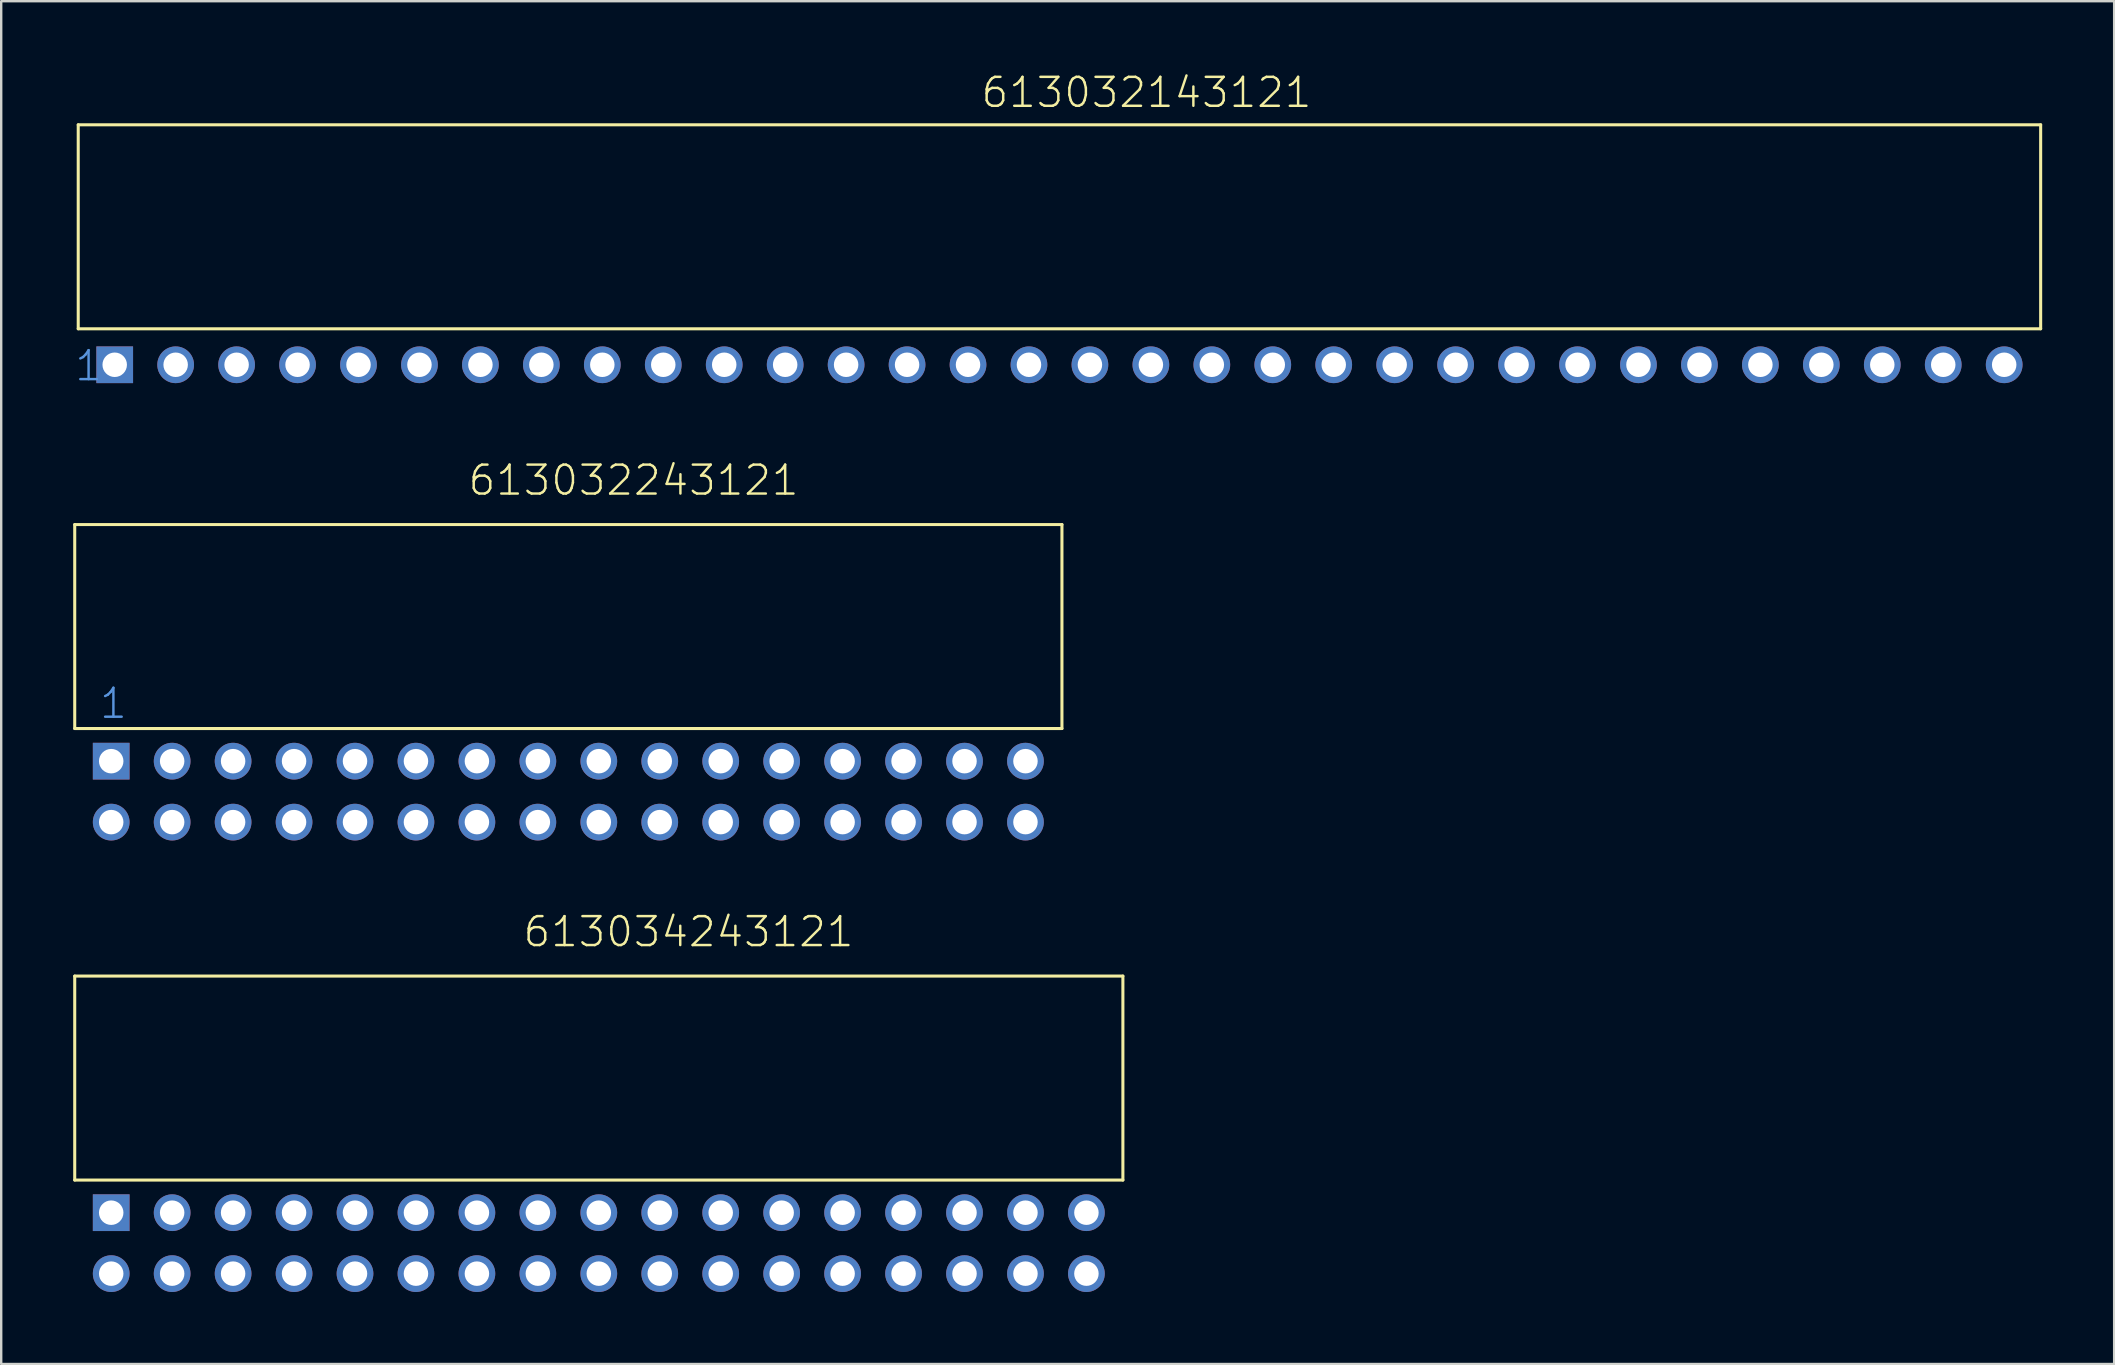
<source format=kicad_pcb>
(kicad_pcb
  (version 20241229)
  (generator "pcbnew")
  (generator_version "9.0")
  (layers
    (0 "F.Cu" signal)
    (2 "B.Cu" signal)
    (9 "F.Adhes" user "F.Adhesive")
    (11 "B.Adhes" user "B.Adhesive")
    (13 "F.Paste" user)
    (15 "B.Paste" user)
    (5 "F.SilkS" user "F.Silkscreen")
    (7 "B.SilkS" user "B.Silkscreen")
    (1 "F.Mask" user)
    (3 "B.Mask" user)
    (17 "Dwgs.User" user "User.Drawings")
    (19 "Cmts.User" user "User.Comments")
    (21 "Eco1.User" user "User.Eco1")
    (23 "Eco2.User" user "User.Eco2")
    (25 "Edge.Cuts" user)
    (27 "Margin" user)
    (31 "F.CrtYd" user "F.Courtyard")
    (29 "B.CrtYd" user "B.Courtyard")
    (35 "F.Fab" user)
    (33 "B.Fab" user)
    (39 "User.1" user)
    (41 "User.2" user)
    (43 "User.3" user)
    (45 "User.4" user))
  (footprint "613034243121"
    (layer "F.Cu")
    (at 21.904 47.486)
    (property "Reference" "613034243121" (at -3.22 -11 0) (layer "F.SilkS") (effects (font (size 1.206 1.206) (thickness 0.102)) (justify left bottom)))
    (attr through_hole)
    (fp_line (start -21.84 -9.86) (end -21.84 -1.36) (stroke (width 0.127) (type solid)) (layer "F.SilkS"))
    (fp_line (start -21.84 -9.86) (end 21.84 -9.86) (stroke (width 0.127) (type solid)) (layer "F.SilkS"))
    (fp_line (start -21.84 -1.36) (end 21.84 -1.36) (stroke (width 0.127) (type solid)) (layer "F.SilkS"))
    (fp_line (start 21.84 -1.36) (end 21.84 -9.86) (stroke (width 0.127) (type solid)) (layer "F.SilkS"))
    (pad "1" thru_hole rect (at -20.32 0) (size 1.53 1.53) (drill 1.02) (layers "*.Cu" "*.Mask"))
    (pad "2" thru_hole circle (at -17.78 0) (size 1.53 1.53) (drill 1.02) (layers "*.Cu" "*.Mask"))
    (pad "3" thru_hole circle (at -15.24 0) (size 1.53 1.53) (drill 1.02) (layers "*.Cu" "*.Mask"))
    (pad "4" thru_hole circle (at -12.7 0) (size 1.53 1.53) (drill 1.02) (layers "*.Cu" "*.Mask"))
    (pad "5" thru_hole circle (at -10.16 0) (size 1.53 1.53) (drill 1.02) (layers "*.Cu" "*.Mask"))
    (pad "6" thru_hole circle (at -7.62 0) (size 1.53 1.53) (drill 1.02) (layers "*.Cu" "*.Mask"))
    (pad "7" thru_hole circle (at -5.08 0) (size 1.53 1.53) (drill 1.02) (layers "*.Cu" "*.Mask"))
    (pad "8" thru_hole circle (at -2.54 0) (size 1.53 1.53) (drill 1.02) (layers "*.Cu" "*.Mask"))
    (pad "9" thru_hole circle (at 0 0) (size 1.53 1.53) (drill 1.02) (layers "*.Cu" "*.Mask"))
    (pad "10" thru_hole circle (at 2.54 0) (size 1.53 1.53) (drill 1.02) (layers "*.Cu" "*.Mask"))
    (pad "11" thru_hole circle (at 5.08 0) (size 1.53 1.53) (drill 1.02) (layers "*.Cu" "*.Mask"))
    (pad "12" thru_hole circle (at 7.62 0) (size 1.53 1.53) (drill 1.02) (layers "*.Cu" "*.Mask"))
    (pad "13" thru_hole circle (at 10.16 0) (size 1.53 1.53) (drill 1.02) (layers "*.Cu" "*.Mask"))
    (pad "14" thru_hole circle (at 12.7 0) (size 1.53 1.53) (drill 1.02) (layers "*.Cu" "*.Mask"))
    (pad "15" thru_hole circle (at 15.24 0) (size 1.53 1.53) (drill 1.02) (layers "*.Cu" "*.Mask"))
    (pad "16" thru_hole circle (at 17.78 0) (size 1.53 1.53) (drill 1.02) (layers "*.Cu" "*.Mask"))
    (pad "17" thru_hole circle (at 20.32 0) (size 1.53 1.53) (drill 1.02) (layers "*.Cu" "*.Mask"))
    (pad "18" thru_hole circle (at 20.32 2.54) (size 1.53 1.53) (drill 1.02) (layers "*.Cu" "*.Mask"))
    (pad "19" thru_hole circle (at 17.78 2.54) (size 1.53 1.53) (drill 1.02) (layers "*.Cu" "*.Mask"))
    (pad "20" thru_hole circle (at 15.24 2.54) (size 1.53 1.53) (drill 1.02) (layers "*.Cu" "*.Mask"))
    (pad "21" thru_hole circle (at 12.7 2.54) (size 1.53 1.53) (drill 1.02) (layers "*.Cu" "*.Mask"))
    (pad "22" thru_hole circle (at 10.16 2.54) (size 1.53 1.53) (drill 1.02) (layers "*.Cu" "*.Mask"))
    (pad "23" thru_hole circle (at 7.62 2.54) (size 1.53 1.53) (drill 1.02) (layers "*.Cu" "*.Mask"))
    (pad "24" thru_hole circle (at 5.08 2.54) (size 1.53 1.53) (drill 1.02) (layers "*.Cu" "*.Mask"))
    (pad "25" thru_hole circle (at 2.54 2.54) (size 1.53 1.53) (drill 1.02) (layers "*.Cu" "*.Mask"))
    (pad "26" thru_hole circle (at 0 2.54) (size 1.53 1.53) (drill 1.02) (layers "*.Cu" "*.Mask"))
    (pad "27" thru_hole circle (at -2.54 2.54) (size 1.53 1.53) (drill 1.02) (layers "*.Cu" "*.Mask"))
    (pad "28" thru_hole circle (at -5.08 2.54) (size 1.53 1.53) (drill 1.02) (layers "*.Cu" "*.Mask"))
    (pad "29" thru_hole circle (at -7.62 2.54) (size 1.53 1.53) (drill 1.02) (layers "*.Cu" "*.Mask"))
    (pad "30" thru_hole circle (at -10.16 2.54) (size 1.53 1.53) (drill 1.02) (layers "*.Cu" "*.Mask"))
    (pad "31" thru_hole circle (at -12.7 2.54) (size 1.53 1.53) (drill 1.02) (layers "*.Cu" "*.Mask"))
    (pad "32" thru_hole circle (at -15.24 2.54) (size 1.53 1.53) (drill 1.02) (layers "*.Cu" "*.Mask"))
    (pad "33" thru_hole circle (at -17.78 2.54) (size 1.53 1.53) (drill 1.02) (layers "*.Cu" "*.Mask"))
    (pad "34" thru_hole circle (at -20.32 2.54) (size 1.53 1.53) (drill 1.02) (layers "*.Cu" "*.Mask")))
  (footprint "613032143121"
    (layer "F.Cu")
    (at 41.1 12.151)
    (property "Reference" "613032143121" (at -3.33 -10.64 0) (layer "F.SilkS") (effects (font (size 1.206 1.206) (thickness 0.102)) (justify left bottom)))
    (attr through_hole)
    (fp_line (start -40.89 -10) (end -40.89 -1.5) (stroke (width 0.127) (type solid)) (layer "F.SilkS"))
    (fp_line (start -40.89 -10) (end 40.89 -10) (stroke (width 0.127) (type solid)) (layer "F.SilkS"))
    (fp_line (start -40.89 -1.5) (end 40.89 -1.5) (stroke (width 0.127) (type solid)) (layer "F.SilkS"))
    (fp_line (start 40.89 -10) (end 40.89 -1.5) (stroke (width 0.127) (type solid)) (layer "F.SilkS"))
    (fp_text user "1" (at -41.1 0.75 0) (layer "Cmts.User") (effects (font (size 1.206 1.206) (thickness 0.102)) (justify left bottom)))
    (pad "1" thru_hole rect (at -39.37 0) (size 1.53 1.53) (drill 1.02) (layers "*.Cu" "*.Mask"))
    (pad "2" thru_hole circle (at -36.83 0) (size 1.53 1.53) (drill 1.02) (layers "*.Cu" "*.Mask"))
    (pad "3" thru_hole circle (at -34.29 0) (size 1.53 1.53) (drill 1.02) (layers "*.Cu" "*.Mask"))
    (pad "4" thru_hole circle (at -31.75 0) (size 1.53 1.53) (drill 1.02) (layers "*.Cu" "*.Mask"))
    (pad "5" thru_hole circle (at -29.21 0) (size 1.53 1.53) (drill 1.02) (layers "*.Cu" "*.Mask"))
    (pad "6" thru_hole circle (at -26.67 0) (size 1.53 1.53) (drill 1.02) (layers "*.Cu" "*.Mask"))
    (pad "7" thru_hole circle (at -24.13 0) (size 1.53 1.53) (drill 1.02) (layers "*.Cu" "*.Mask"))
    (pad "8" thru_hole circle (at -21.59 0) (size 1.53 1.53) (drill 1.02) (layers "*.Cu" "*.Mask"))
    (pad "9" thru_hole circle (at -19.05 0) (size 1.53 1.53) (drill 1.02) (layers "*.Cu" "*.Mask"))
    (pad "10" thru_hole circle (at -16.51 0) (size 1.53 1.53) (drill 1.02) (layers "*.Cu" "*.Mask"))
    (pad "11" thru_hole circle (at -13.97 0) (size 1.53 1.53) (drill 1.02) (layers "*.Cu" "*.Mask"))
    (pad "12" thru_hole circle (at -11.43 0) (size 1.53 1.53) (drill 1.02) (layers "*.Cu" "*.Mask"))
    (pad "13" thru_hole circle (at -8.89 0) (size 1.53 1.53) (drill 1.02) (layers "*.Cu" "*.Mask"))
    (pad "14" thru_hole circle (at -6.35 0) (size 1.53 1.53) (drill 1.02) (layers "*.Cu" "*.Mask"))
    (pad "15" thru_hole circle (at -3.81 0) (size 1.53 1.53) (drill 1.02) (layers "*.Cu" "*.Mask"))
    (pad "16" thru_hole circle (at -1.27 0) (size 1.53 1.53) (drill 1.02) (layers "*.Cu" "*.Mask"))
    (pad "17" thru_hole circle (at 1.27 0) (size 1.53 1.53) (drill 1.02) (layers "*.Cu" "*.Mask"))
    (pad "18" thru_hole circle (at 3.81 0) (size 1.53 1.53) (drill 1.02) (layers "*.Cu" "*.Mask"))
    (pad "19" thru_hole circle (at 6.35 0) (size 1.53 1.53) (drill 1.02) (layers "*.Cu" "*.Mask"))
    (pad "20" thru_hole circle (at 8.89 0) (size 1.53 1.53) (drill 1.02) (layers "*.Cu" "*.Mask"))
    (pad "21" thru_hole circle (at 11.43 0) (size 1.53 1.53) (drill 1.02) (layers "*.Cu" "*.Mask"))
    (pad "22" thru_hole circle (at 13.97 0) (size 1.53 1.53) (drill 1.02) (layers "*.Cu" "*.Mask"))
    (pad "23" thru_hole circle (at 16.51 0) (size 1.53 1.53) (drill 1.02) (layers "*.Cu" "*.Mask"))
    (pad "24" thru_hole circle (at 19.05 0) (size 1.53 1.53) (drill 1.02) (layers "*.Cu" "*.Mask"))
    (pad "25" thru_hole circle (at 21.59 0) (size 1.53 1.53) (drill 1.02) (layers "*.Cu" "*.Mask"))
    (pad "26" thru_hole circle (at 24.13 0) (size 1.53 1.53) (drill 1.02) (layers "*.Cu" "*.Mask"))
    (pad "27" thru_hole circle (at 26.67 0) (size 1.53 1.53) (drill 1.02) (layers "*.Cu" "*.Mask"))
    (pad "28" thru_hole circle (at 29.21 0) (size 1.53 1.53) (drill 1.02) (layers "*.Cu" "*.Mask"))
    (pad "29" thru_hole circle (at 31.75 0) (size 1.53 1.53) (drill 1.02) (layers "*.Cu" "*.Mask"))
    (pad "30" thru_hole circle (at 34.29 0) (size 1.53 1.53) (drill 1.02) (layers "*.Cu" "*.Mask"))
    (pad "31" thru_hole circle (at 36.83 0) (size 1.53 1.53) (drill 1.02) (layers "*.Cu" "*.Mask"))
    (pad "32" thru_hole circle (at 39.37 0) (size 1.53 1.53) (drill 1.02) (layers "*.Cu" "*.Mask")))
  (footprint "613032243121"
    (layer "F.Cu")
    (at 20.634 28.67)
    (property "Reference" "613032243121" (at -4.24 -11 0) (layer "F.SilkS") (effects (font (size 1.206 1.206) (thickness 0.102)) (justify left bottom)))
    (attr through_hole)
    (fp_line (start -20.57 -9.86) (end -20.57 -1.36) (stroke (width 0.127) (type solid)) (layer "F.SilkS"))
    (fp_line (start -20.57 -9.86) (end 20.57 -9.86) (stroke (width 0.127) (type solid)) (layer "F.SilkS"))
    (fp_line (start -20.57 -1.36) (end 20.57 -1.36) (stroke (width 0.127) (type solid)) (layer "F.SilkS"))
    (fp_line (start 20.57 -1.36) (end 20.57 -9.86) (stroke (width 0.127) (type solid)) (layer "F.SilkS"))
    (fp_text user "1" (at -19.6 -1.7 0) (layer "Cmts.User") (effects (font (size 1.206 1.206) (thickness 0.102)) (justify left bottom)))
    (pad "1" thru_hole rect (at -19.05 0) (size 1.53 1.53) (drill 1.02) (layers "*.Cu" "*.Mask"))
    (pad "2" thru_hole circle (at -16.51 0) (size 1.53 1.53) (drill 1.02) (layers "*.Cu" "*.Mask"))
    (pad "3" thru_hole circle (at -13.97 0) (size 1.53 1.53) (drill 1.02) (layers "*.Cu" "*.Mask"))
    (pad "4" thru_hole circle (at -11.43 0) (size 1.53 1.53) (drill 1.02) (layers "*.Cu" "*.Mask"))
    (pad "5" thru_hole circle (at -8.89 0) (size 1.53 1.53) (drill 1.02) (layers "*.Cu" "*.Mask"))
    (pad "6" thru_hole circle (at -6.35 0) (size 1.53 1.53) (drill 1.02) (layers "*.Cu" "*.Mask"))
    (pad "7" thru_hole circle (at -3.81 0) (size 1.53 1.53) (drill 1.02) (layers "*.Cu" "*.Mask"))
    (pad "8" thru_hole circle (at -1.27 0) (size 1.53 1.53) (drill 1.02) (layers "*.Cu" "*.Mask"))
    (pad "9" thru_hole circle (at 1.27 0) (size 1.53 1.53) (drill 1.02) (layers "*.Cu" "*.Mask"))
    (pad "10" thru_hole circle (at 3.81 0) (size 1.53 1.53) (drill 1.02) (layers "*.Cu" "*.Mask"))
    (pad "11" thru_hole circle (at 6.35 0) (size 1.53 1.53) (drill 1.02) (layers "*.Cu" "*.Mask"))
    (pad "12" thru_hole circle (at 8.89 0) (size 1.53 1.53) (drill 1.02) (layers "*.Cu" "*.Mask"))
    (pad "13" thru_hole circle (at 11.43 0) (size 1.53 1.53) (drill 1.02) (layers "*.Cu" "*.Mask"))
    (pad "14" thru_hole circle (at 13.97 0) (size 1.53 1.53) (drill 1.02) (layers "*.Cu" "*.Mask"))
    (pad "15" thru_hole circle (at 16.51 0) (size 1.53 1.53) (drill 1.02) (layers "*.Cu" "*.Mask"))
    (pad "16" thru_hole circle (at 19.05 0) (size 1.53 1.53) (drill 1.02) (layers "*.Cu" "*.Mask"))
    (pad "17" thru_hole circle (at 19.05 2.54) (size 1.53 1.53) (drill 1.02) (layers "*.Cu" "*.Mask"))
    (pad "18" thru_hole circle (at 16.51 2.54) (size 1.53 1.53) (drill 1.02) (layers "*.Cu" "*.Mask"))
    (pad "19" thru_hole circle (at 13.97 2.54) (size 1.53 1.53) (drill 1.02) (layers "*.Cu" "*.Mask"))
    (pad "20" thru_hole circle (at 11.43 2.54) (size 1.53 1.53) (drill 1.02) (layers "*.Cu" "*.Mask"))
    (pad "21" thru_hole circle (at 8.89 2.54) (size 1.53 1.53) (drill 1.02) (layers "*.Cu" "*.Mask"))
    (pad "22" thru_hole circle (at 6.35 2.54) (size 1.53 1.53) (drill 1.02) (layers "*.Cu" "*.Mask"))
    (pad "23" thru_hole circle (at 3.81 2.54) (size 1.53 1.53) (drill 1.02) (layers "*.Cu" "*.Mask"))
    (pad "24" thru_hole circle (at 1.27 2.54) (size 1.53 1.53) (drill 1.02) (layers "*.Cu" "*.Mask"))
    (pad "25" thru_hole circle (at -1.27 2.54) (size 1.53 1.53) (drill 1.02) (layers "*.Cu" "*.Mask"))
    (pad "26" thru_hole circle (at -3.81 2.54) (size 1.53 1.53) (drill 1.02) (layers "*.Cu" "*.Mask"))
    (pad "27" thru_hole circle (at -6.35 2.54) (size 1.53 1.53) (drill 1.02) (layers "*.Cu" "*.Mask"))
    (pad "28" thru_hole circle (at -8.89 2.54) (size 1.53 1.53) (drill 1.02) (layers "*.Cu" "*.Mask"))
    (pad "29" thru_hole circle (at -11.43 2.54) (size 1.53 1.53) (drill 1.02) (layers "*.Cu" "*.Mask"))
    (pad "30" thru_hole circle (at -13.97 2.54) (size 1.53 1.53) (drill 1.02) (layers "*.Cu" "*.Mask"))
    (pad "31" thru_hole circle (at -16.51 2.54) (size 1.53 1.53) (drill 1.02) (layers "*.Cu" "*.Mask"))
    (pad "32" thru_hole circle (at -19.05 2.54) (size 1.53 1.53) (drill 1.02) (layers "*.Cu" "*.Mask")))
  (gr_rect
    (start -3 -3)
    (end 85.053 53.791)
    (stroke (width 0.1) (type default))
    (fill no)
    (layer "Edge.Cuts")))
</source>
